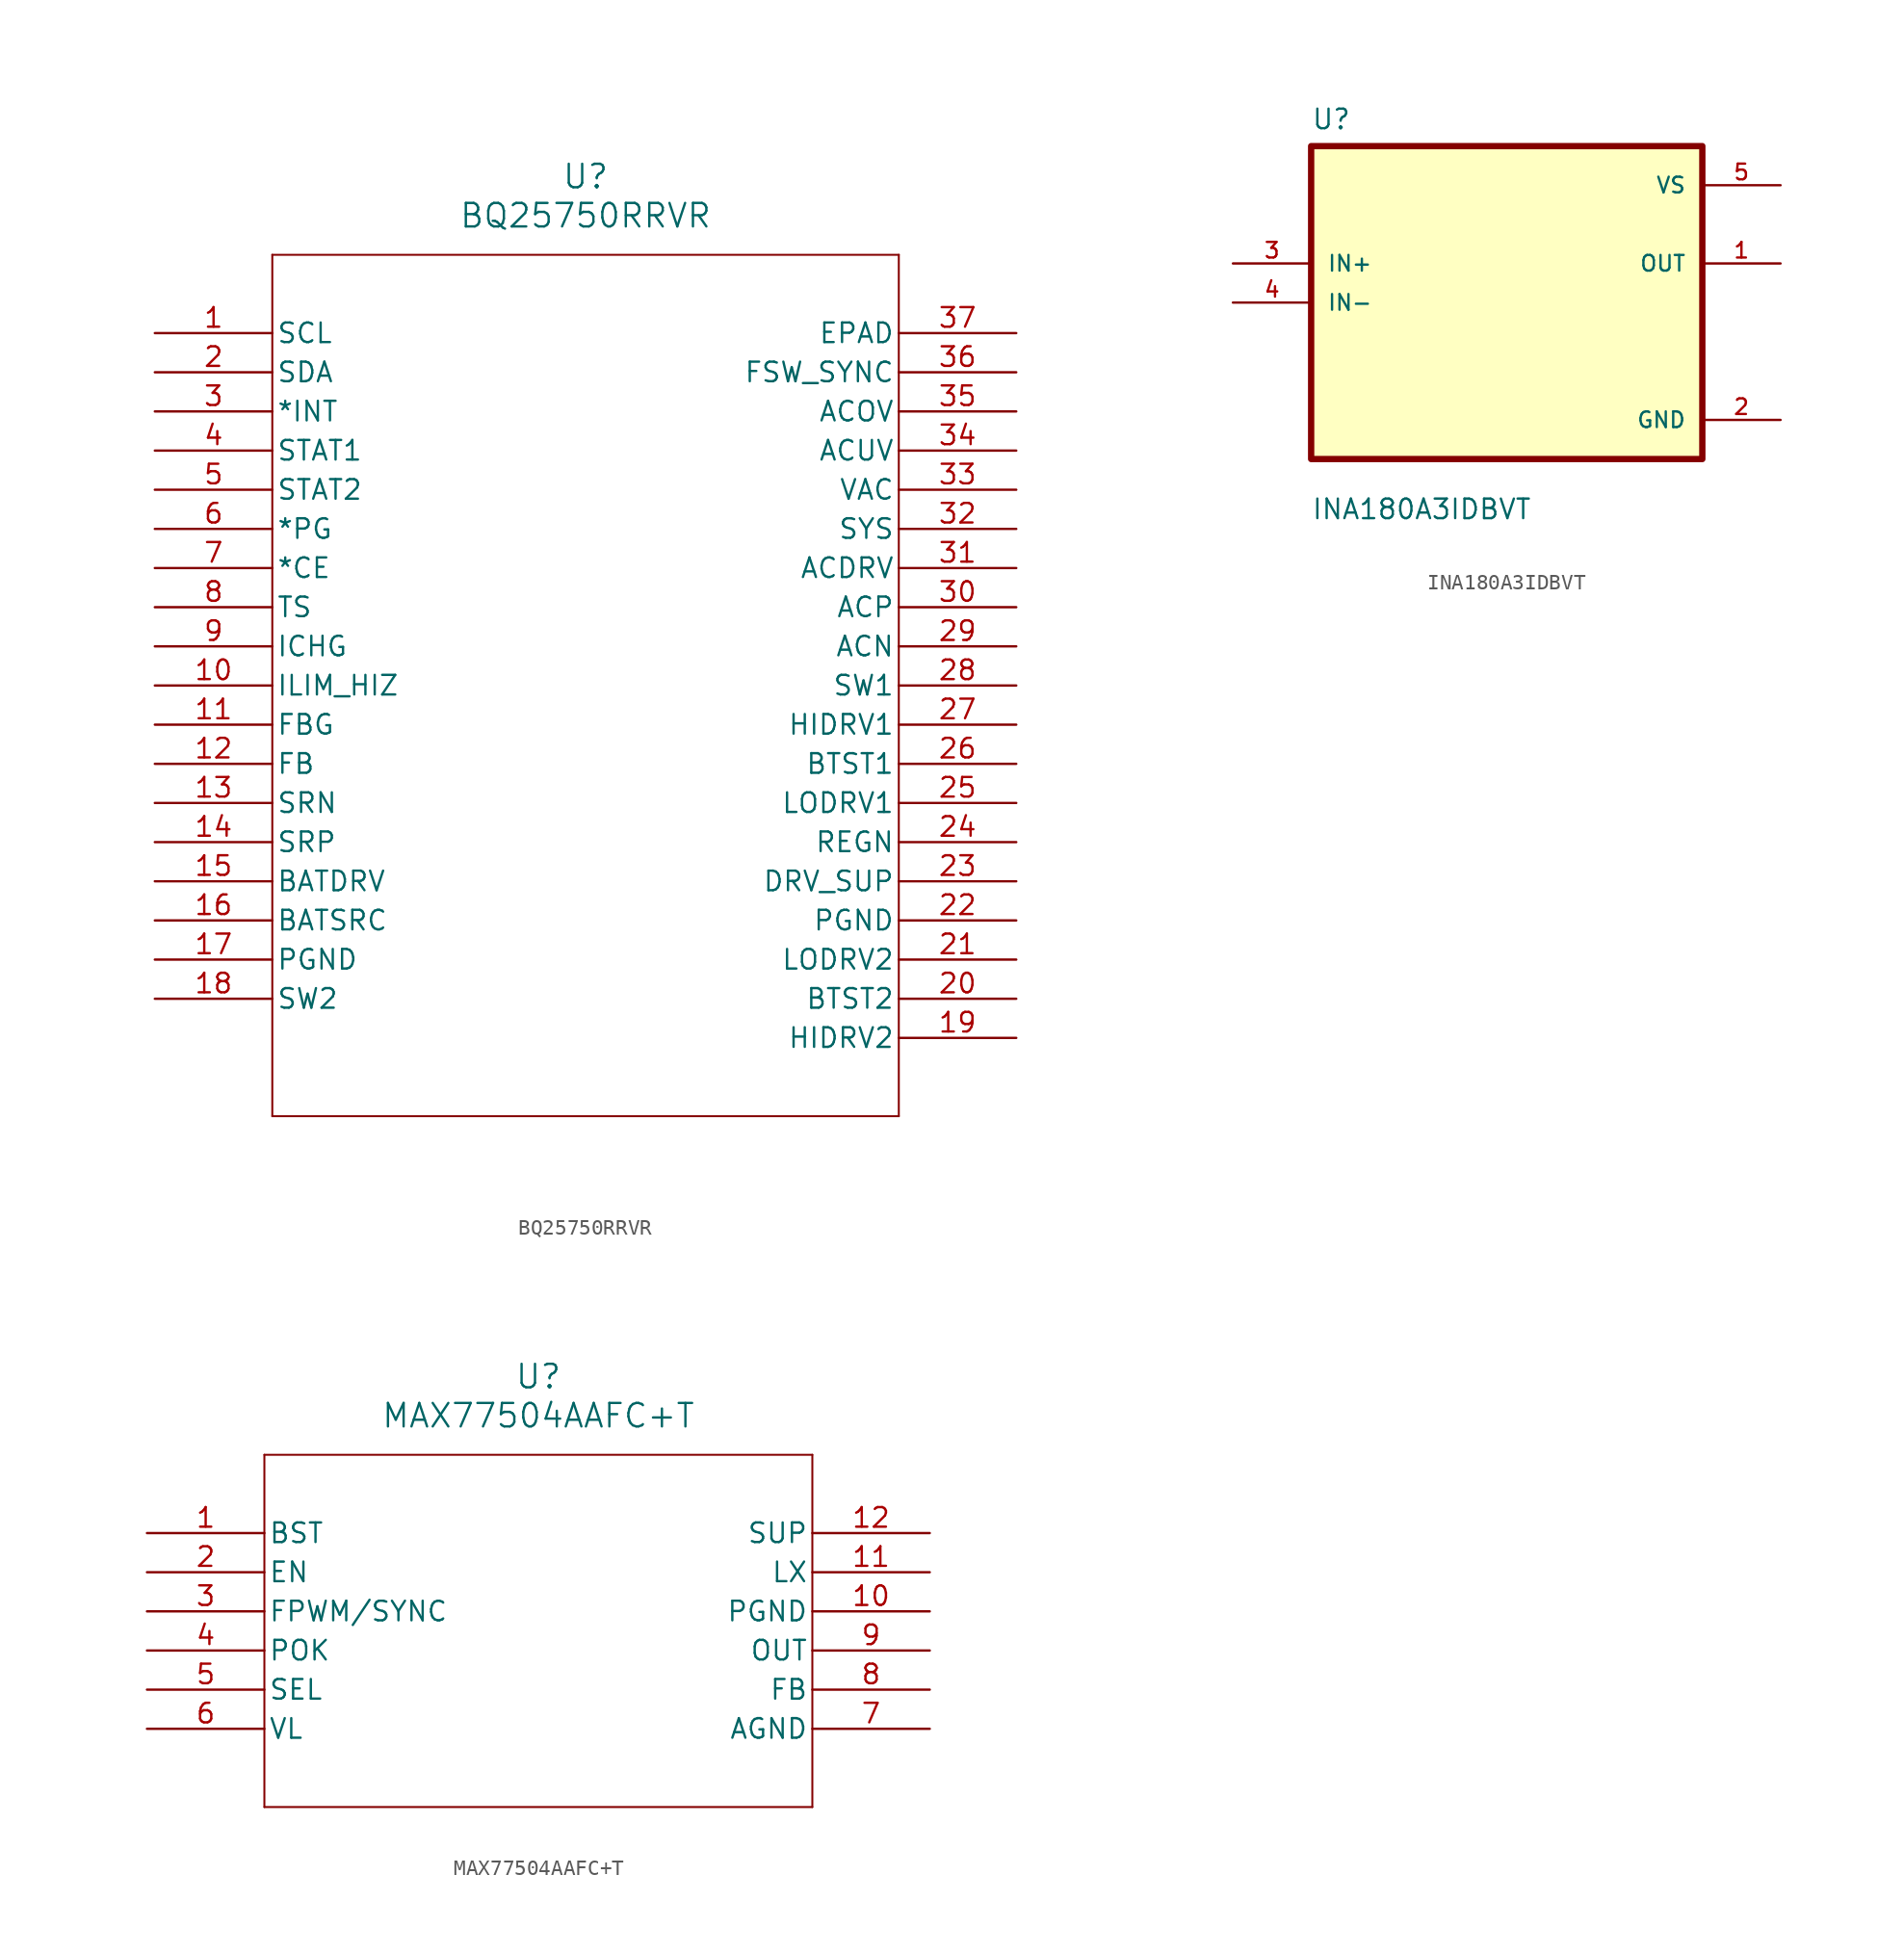
<source format=kicad_sym>
(kicad_symbol_lib
  (version 20241209)
  (generator "kicad_symbol_editor")
  (generator_version "9.0")
  (symbol "BQ25750RRVR"
    (pin_names
      (offset 0.254))
    (property "Reference" "U"
      (at 27.94 10.16 0)
      (effects (font (size 1.524 1.524))))
    (property "Value" "BQ25750RRVR"
      (at 27.94 7.62 0)
      (effects (font (size 1.524 1.524))))
    (property "ki_locked" ""
      (at 0 0 0)
      (effects (font (size 1.27 1.27))))
    (symbol "BQ25750RRVR_0_1"
      (polyline (pts (xy 7.62 5.08) (xy 7.62 -50.8)) (stroke (width 0.127) (type default)) (fill (type none)))
      (polyline (pts (xy 7.62 -50.8) (xy 48.26 -50.8)) (stroke (width 0.127) (type default)) (fill (type none)))
      (polyline (pts (xy 48.26 5.08) (xy 7.62 5.08)) (stroke (width 0.127) (type default)) (fill (type none)))
      (polyline (pts (xy 48.26 -50.8) (xy 48.26 5.08)) (stroke (width 0.127) (type default)) (fill (type none)))
      (pin input line (at 0 0 0) (length 7.62) (name "SCL" (effects (font (size 1.27 1.27)))) (number "1" (effects (font (size 1.27 1.27)))))
      (pin bidirectional line (at 0 -2.54 0) (length 7.62) (name "SDA" (effects (font (size 1.27 1.27)))) (number "2" (effects (font (size 1.27 1.27)))))
      (pin output line (at 0 -5.08 0) (length 7.62) (name "*INT" (effects (font (size 1.27 1.27)))) (number "3" (effects (font (size 1.27 1.27)))))
      (pin output line (at 0 -7.62 0) (length 7.62) (name "STAT1" (effects (font (size 1.27 1.27)))) (number "4" (effects (font (size 1.27 1.27)))))
      (pin output line (at 0 -10.16 0) (length 7.62) (name "STAT2" (effects (font (size 1.27 1.27)))) (number "5" (effects (font (size 1.27 1.27)))))
      (pin output line (at 0 -12.7 0) (length 7.62) (name "*PG" (effects (font (size 1.27 1.27)))) (number "6" (effects (font (size 1.27 1.27)))))
      (pin bidirectional line (at 0 -15.24 0) (length 7.62) (name "*CE" (effects (font (size 1.27 1.27)))) (number "7" (effects (font (size 1.27 1.27)))))
      (pin input line (at 0 -17.78 0) (length 7.62) (name "TS" (effects (font (size 1.27 1.27)))) (number "8" (effects (font (size 1.27 1.27)))))
      (pin input line (at 0 -20.32 0) (length 7.62) (name "ICHG" (effects (font (size 1.27 1.27)))) (number "9" (effects (font (size 1.27 1.27)))))
      (pin input line (at 0 -22.86 0) (length 7.62) (name "ILIM_HIZ" (effects (font (size 1.27 1.27)))) (number "10" (effects (font (size 1.27 1.27)))))
      (pin input line (at 0 -25.4 0) (length 7.62) (name "FBG" (effects (font (size 1.27 1.27)))) (number "11" (effects (font (size 1.27 1.27)))))
      (pin input line (at 0 -27.94 0) (length 7.62) (name "FB" (effects (font (size 1.27 1.27)))) (number "12" (effects (font (size 1.27 1.27)))))
      (pin input line (at 0 -30.48 0) (length 7.62) (name "SRN" (effects (font (size 1.27 1.27)))) (number "13" (effects (font (size 1.27 1.27)))))
      (pin input line (at 0 -33.02 0) (length 7.62) (name "SRP" (effects (font (size 1.27 1.27)))) (number "14" (effects (font (size 1.27 1.27)))))
      (pin output line (at 0 -35.56 0) (length 7.62) (name "BATDRV" (effects (font (size 1.27 1.27)))) (number "15" (effects (font (size 1.27 1.27)))))
      (pin input line (at 0 -38.1 0) (length 7.62) (name "BATSRC" (effects (font (size 1.27 1.27)))) (number "16" (effects (font (size 1.27 1.27)))))
      (pin power_out line (at 0 -40.64 0) (length 7.62) (name "PGND" (effects (font (size 1.27 1.27)))) (number "17" (effects (font (size 1.27 1.27)))))
      (pin power_in line (at 0 -43.18 0) (length 7.62) (name "SW2" (effects (font (size 1.27 1.27)))) (number "18" (effects (font (size 1.27 1.27)))))
      (pin power_out line (at 55.88 0 180) (length 7.62) (name "EPAD" (effects (font (size 1.27 1.27)))) (number "37" (effects (font (size 1.27 1.27)))))
      (pin power_in line (at 55.88 -2.54 180) (length 7.62) (name "FSW_SYNC" (effects (font (size 1.27 1.27)))) (number "36" (effects (font (size 1.27 1.27)))))
      (pin input line (at 55.88 -5.08 180) (length 7.62) (name "ACOV" (effects (font (size 1.27 1.27)))) (number "35" (effects (font (size 1.27 1.27)))))
      (pin input line (at 55.88 -7.62 180) (length 7.62) (name "ACUV" (effects (font (size 1.27 1.27)))) (number "34" (effects (font (size 1.27 1.27)))))
      (pin input line (at 55.88 -10.16 180) (length 7.62) (name "VAC" (effects (font (size 1.27 1.27)))) (number "33" (effects (font (size 1.27 1.27)))))
      (pin input line (at 55.88 -12.7 180) (length 7.62) (name "SYS" (effects (font (size 1.27 1.27)))) (number "32" (effects (font (size 1.27 1.27)))))
      (pin output line (at 55.88 -15.24 180) (length 7.62) (name "ACDRV" (effects (font (size 1.27 1.27)))) (number "31" (effects (font (size 1.27 1.27)))))
      (pin input line (at 55.88 -17.78 180) (length 7.62) (name "ACP" (effects (font (size 1.27 1.27)))) (number "30" (effects (font (size 1.27 1.27)))))
      (pin input line (at 55.88 -20.32 180) (length 7.62) (name "ACN" (effects (font (size 1.27 1.27)))) (number "29" (effects (font (size 1.27 1.27)))))
      (pin power_in line (at 55.88 -22.86 180) (length 7.62) (name "SW1" (effects (font (size 1.27 1.27)))) (number "28" (effects (font (size 1.27 1.27)))))
      (pin output line (at 55.88 -25.4 180) (length 7.62) (name "HIDRV1" (effects (font (size 1.27 1.27)))) (number "27" (effects (font (size 1.27 1.27)))))
      (pin power_in line (at 55.88 -27.94 180) (length 7.62) (name "BTST1" (effects (font (size 1.27 1.27)))) (number "26" (effects (font (size 1.27 1.27)))))
      (pin output line (at 55.88 -30.48 180) (length 7.62) (name "LODRV1" (effects (font (size 1.27 1.27)))) (number "25" (effects (font (size 1.27 1.27)))))
      (pin power_in line (at 55.88 -33.02 180) (length 7.62) (name "REGN" (effects (font (size 1.27 1.27)))) (number "24" (effects (font (size 1.27 1.27)))))
      (pin power_in line (at 55.88 -35.56 180) (length 7.62) (name "DRV_SUP" (effects (font (size 1.27 1.27)))) (number "23" (effects (font (size 1.27 1.27)))))
      (pin power_in line (at 55.88 -38.1 180) (length 7.62) (name "PGND" (effects (font (size 1.27 1.27)))) (number "22" (effects (font (size 1.27 1.27)))))
      (pin output line (at 55.88 -40.64 180) (length 7.62) (name "LODRV2" (effects (font (size 1.27 1.27)))) (number "21" (effects (font (size 1.27 1.27)))))
      (pin power_in line (at 55.88 -43.18 180) (length 7.62) (name "BTST2" (effects (font (size 1.27 1.27)))) (number "20" (effects (font (size 1.27 1.27)))))
      (pin output line (at 55.88 -45.72 180) (length 7.62) (name "HIDRV2" (effects (font (size 1.27 1.27)))) (number "19" (effects (font (size 1.27 1.27)))))))
  (symbol "INA180A3IDBVT"
    (pin_names
      (offset 1.016))
    (property "Reference" "U"
      (at -12.7 11.16 0)
      (effects (font (size 1.27 1.27)) (justify left bottom)))
    (property "Value" "INA180A3IDBVT"
      (at -12.7 -14.16 0)
      (effects (font (size 1.27 1.27)) (justify left bottom)))
    (symbol "INA180A3IDBVT_0_0"
      (rectangle (start -12.7 -10.16) (end 12.7 10.16) (stroke (width 0.41) (type default)) (fill (type background)))
      (pin input line (at -17.78 2.54 0) (length 5.08) (name "IN+" (effects (font (size 1.016 1.016)))) (number "3" (effects (font (size 1.016 1.016)))))
      (pin input line (at -17.78 0 0) (length 5.08) (name "IN-" (effects (font (size 1.016 1.016)))) (number "4" (effects (font (size 1.016 1.016)))))
      (pin power_in line (at 17.78 7.62 180) (length 5.08) (name "VS" (effects (font (size 1.016 1.016)))) (number "5" (effects (font (size 1.016 1.016)))))
      (pin output line (at 17.78 2.54 180) (length 5.08) (name "OUT" (effects (font (size 1.016 1.016)))) (number "1" (effects (font (size 1.016 1.016)))))
      (pin power_in line (at 17.78 -7.62 180) (length 5.08) (name "GND" (effects (font (size 1.016 1.016)))) (number "2" (effects (font (size 1.016 1.016)))))))
  (symbol "MAX77504AAFC+T"
    (pin_names
      (offset 0.254))
    (property "Reference" "U"
      (at 25.4 10.16 0)
      (effects (font (size 1.524 1.524))))
    (property "Value" "MAX77504AAFC+T"
      (at 25.4 7.62 0)
      (effects (font (size 1.524 1.524))))
    (property "ki_locked" ""
      (at 0 0 0)
      (effects (font (size 1.27 1.27))))
    (symbol "MAX77504AAFC+T_0_1"
      (polyline (pts (xy 7.62 5.08) (xy 7.62 -17.78)) (stroke (width 0.127) (type default)) (fill (type none)))
      (polyline (pts (xy 7.62 -17.78) (xy 43.18 -17.78)) (stroke (width 0.127) (type default)) (fill (type none)))
      (polyline (pts (xy 43.18 5.08) (xy 7.62 5.08)) (stroke (width 0.127) (type default)) (fill (type none)))
      (polyline (pts (xy 43.18 -17.78) (xy 43.18 5.08)) (stroke (width 0.127) (type default)) (fill (type none)))
      (pin unspecified line (at 0 0 0) (length 7.62) (name "BST" (effects (font (size 1.27 1.27)))) (number "1" (effects (font (size 1.27 1.27)))))
      (pin input line (at 0 -2.54 0) (length 7.62) (name "EN" (effects (font (size 1.27 1.27)))) (number "2" (effects (font (size 1.27 1.27)))))
      (pin input line (at 0 -5.08 0) (length 7.62) (name "FPWM/SYNC" (effects (font (size 1.27 1.27)))) (number "3" (effects (font (size 1.27 1.27)))))
      (pin output line (at 0 -7.62 0) (length 7.62) (name "POK" (effects (font (size 1.27 1.27)))) (number "4" (effects (font (size 1.27 1.27)))))
      (pin input line (at 0 -10.16 0) (length 7.62) (name "SEL" (effects (font (size 1.27 1.27)))) (number "5" (effects (font (size 1.27 1.27)))))
      (pin output line (at 0 -12.7 0) (length 7.62) (name "VL" (effects (font (size 1.27 1.27)))) (number "6" (effects (font (size 1.27 1.27)))))
      (pin input line (at 50.8 0 180) (length 7.62) (name "SUP" (effects (font (size 1.27 1.27)))) (number "12" (effects (font (size 1.27 1.27)))))
      (pin unspecified line (at 50.8 -2.54 180) (length 7.62) (name "LX" (effects (font (size 1.27 1.27)))) (number "11" (effects (font (size 1.27 1.27)))))
      (pin power_out line (at 50.8 -5.08 180) (length 7.62) (name "PGND" (effects (font (size 1.27 1.27)))) (number "10" (effects (font (size 1.27 1.27)))))
      (pin input line (at 50.8 -7.62 180) (length 7.62) (name "OUT" (effects (font (size 1.27 1.27)))) (number "9" (effects (font (size 1.27 1.27)))))
      (pin input line (at 50.8 -10.16 180) (length 7.62) (name "FB" (effects (font (size 1.27 1.27)))) (number "8" (effects (font (size 1.27 1.27)))))
      (pin power_out line (at 50.8 -12.7 180) (length 7.62) (name "AGND" (effects (font (size 1.27 1.27)))) (number "7" (effects (font (size 1.27 1.27))))))))
</source>
